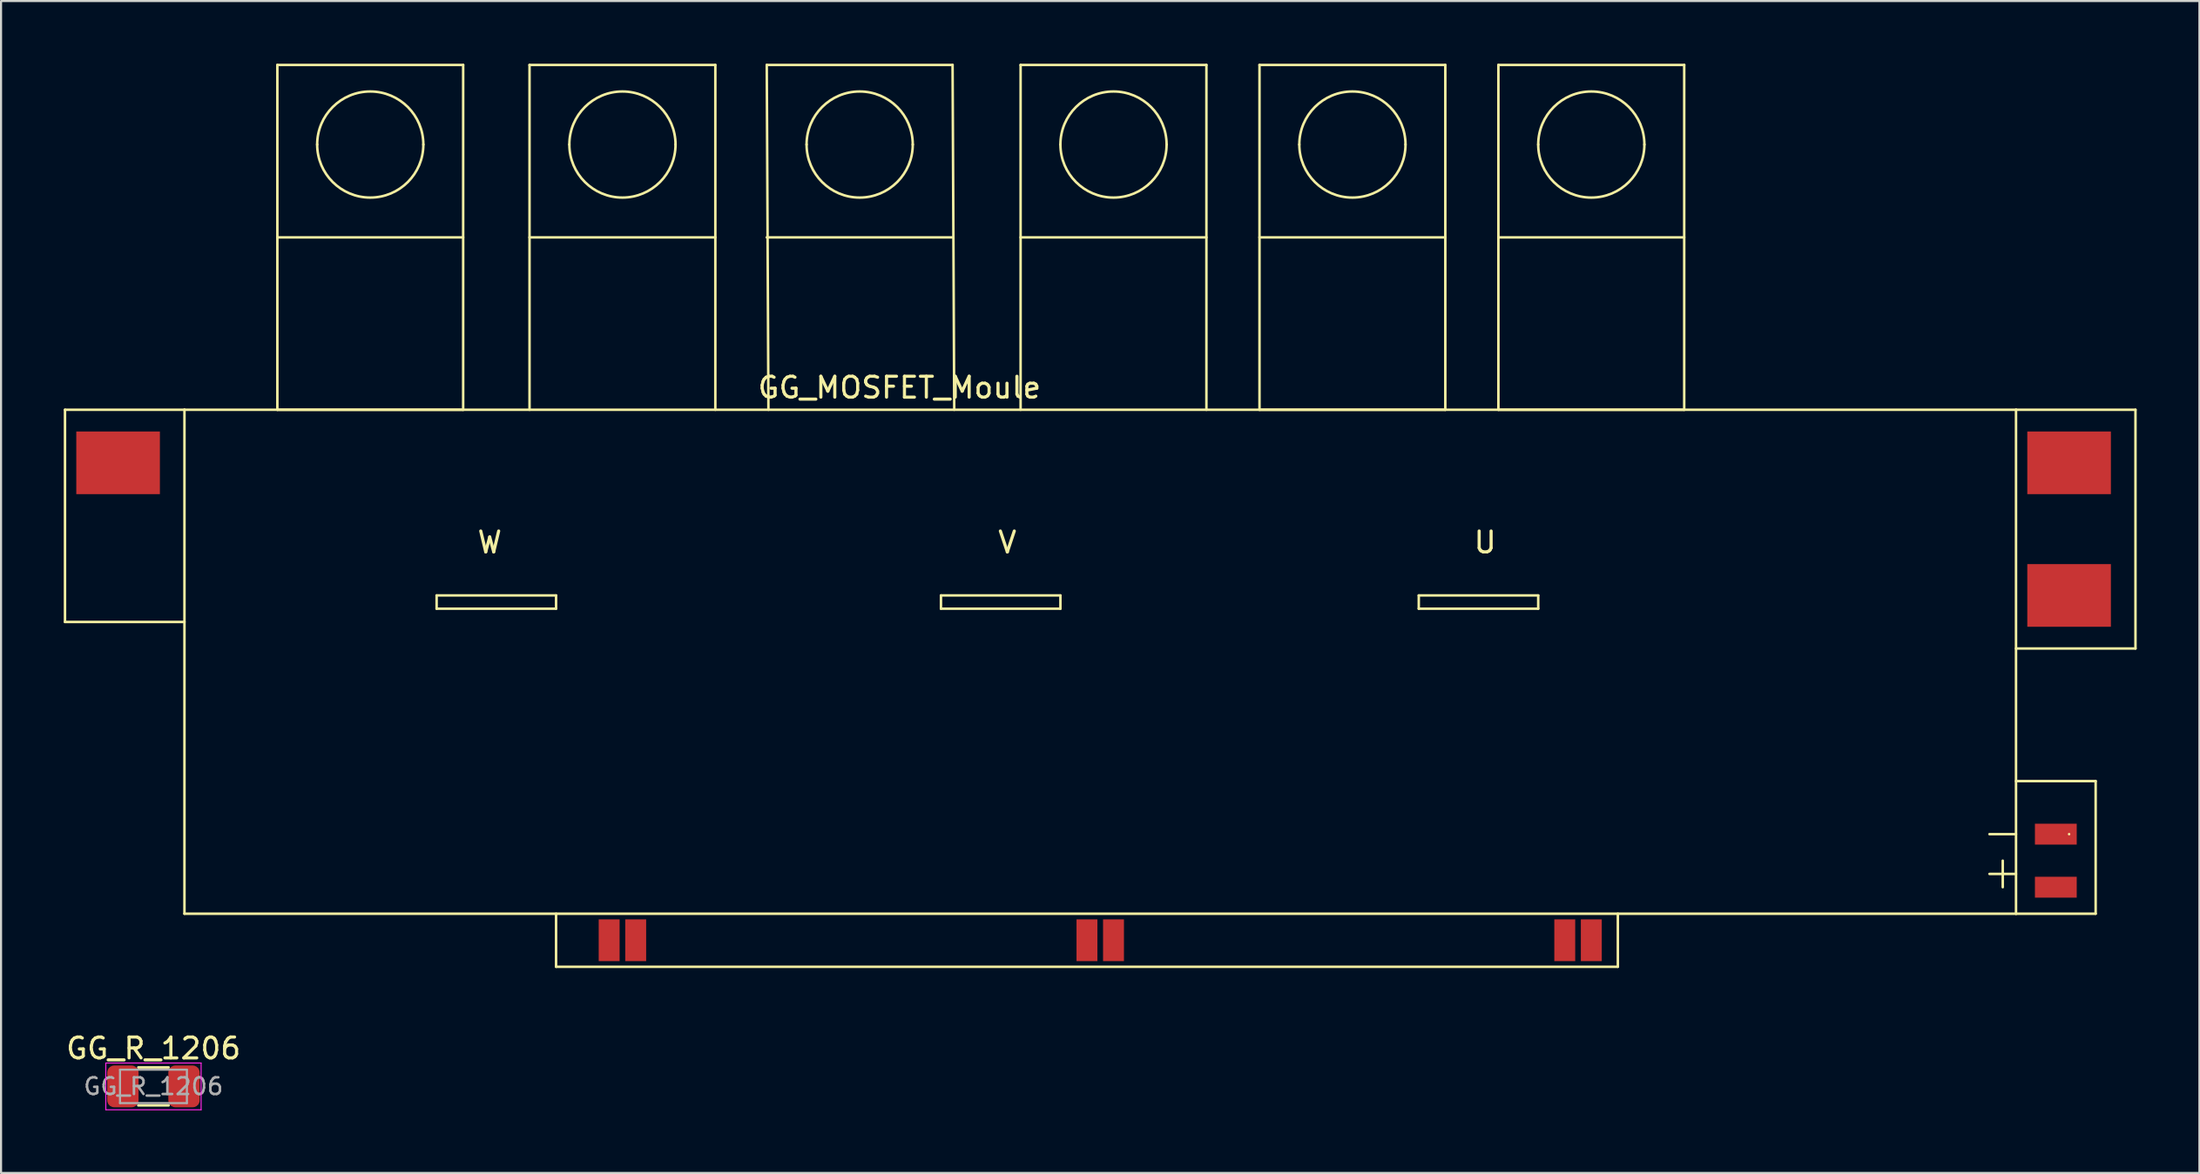
<source format=kicad_pcb>
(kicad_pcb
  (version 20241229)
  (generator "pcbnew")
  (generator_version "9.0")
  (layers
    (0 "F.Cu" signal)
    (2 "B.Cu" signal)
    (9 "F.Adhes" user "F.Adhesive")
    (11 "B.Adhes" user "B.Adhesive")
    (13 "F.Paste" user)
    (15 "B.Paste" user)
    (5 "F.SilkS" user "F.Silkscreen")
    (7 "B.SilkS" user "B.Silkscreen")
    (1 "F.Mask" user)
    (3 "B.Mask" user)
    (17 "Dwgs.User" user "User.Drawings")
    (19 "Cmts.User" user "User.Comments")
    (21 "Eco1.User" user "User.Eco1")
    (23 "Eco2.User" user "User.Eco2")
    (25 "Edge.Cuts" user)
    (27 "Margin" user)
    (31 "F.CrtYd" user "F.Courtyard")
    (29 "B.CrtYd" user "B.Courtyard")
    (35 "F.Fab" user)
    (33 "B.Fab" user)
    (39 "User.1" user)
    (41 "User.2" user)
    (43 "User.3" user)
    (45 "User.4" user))
  (footprint "GG_R_1206"
    (layer "F.Cu")
    (at 4.292 48.968)
    (property "Reference" "GG_R_1206" (at 0 -1.82 0) (layer "F.SilkS") (effects (font (size 1 1) (thickness 0.15))))
    (attr smd)
    (fp_line (start -0.727 -0.91) (end 0.727 -0.91) (stroke (width 0.12) (type solid)) (layer "F.SilkS"))
    (fp_line (start -0.727 0.91) (end 0.727 0.91) (stroke (width 0.12) (type solid)) (layer "F.SilkS"))
    (fp_line (start -2.28 -1.12) (end 2.28 -1.12) (stroke (width 0.05) (type solid)) (layer "F.CrtYd"))
    (fp_line (start -2.28 1.12) (end -2.28 -1.12) (stroke (width 0.05) (type solid)) (layer "F.CrtYd"))
    (fp_line (start 2.28 -1.12) (end 2.28 1.12) (stroke (width 0.05) (type solid)) (layer "F.CrtYd"))
    (fp_line (start 2.28 1.12) (end -2.28 1.12) (stroke (width 0.05) (type solid)) (layer "F.CrtYd"))
    (fp_line (start -1.6 -0.8) (end 1.6 -0.8) (stroke (width 0.1) (type solid)) (layer "F.Fab"))
    (fp_line (start -1.6 0.8) (end -1.6 -0.8) (stroke (width 0.1) (type solid)) (layer "F.Fab"))
    (fp_line (start 1.6 -0.8) (end 1.6 0.8) (stroke (width 0.1) (type solid)) (layer "F.Fab"))
    (fp_line (start 1.6 0.8) (end -1.6 0.8) (stroke (width 0.1) (type solid)) (layer "F.Fab"))
    (fp_text user "${REFERENCE}" (at 0 0 0) (layer "F.Fab") (effects (font (size 0.8 0.8) (thickness 0.12))))
    (pad "1" smd roundrect (at -1.462 0) (size 1.5 2) (layers "F.Cu" "F.Mask" "F.Paste") (roundrect_rratio 0.222))
    (pad "2" smd roundrect (at 1.462 0) (size 1.5 2) (layers "F.Cu" "F.Mask" "F.Paste") (roundrect_rratio 0.222)))
  (footprint "GG_MOSFET_Moule"
    (layer "F.Cu")
    (at 49.59 25.46)
    (property "Reference" "GG_MOSFET_Moule" (at -9.605 -9.95 0) (layer "F.SilkS") (effects (font (size 1 1) (thickness 0.15))))
    (attr through_hole)
    (fp_line (start -49.53 -8.89) (end -49.53 1.27) (stroke (width 0.12) (type solid)) (layer "F.SilkS"))
    (fp_line (start -49.53 1.27) (end -43.815 1.27) (stroke (width 0.12) (type solid)) (layer "F.SilkS"))
    (fp_line (start -43.815 -8.89) (end -49.53 -8.89) (stroke (width 0.12) (type solid)) (layer "F.SilkS"))
    (fp_line (start -43.815 -8.89) (end 43.815 -8.89) (stroke (width 0.12) (type solid)) (layer "F.SilkS"))
    (fp_line (start -43.815 15.24) (end -43.815 -8.89) (stroke (width 0.12) (type solid)) (layer "F.SilkS"))
    (fp_line (start -39.37 -25.4) (end -39.37 -8.89) (stroke (width 0.12) (type solid)) (layer "F.SilkS"))
    (fp_line (start -39.37 -17.145) (end -30.48 -17.145) (stroke (width 0.12) (type solid)) (layer "F.SilkS"))
    (fp_line (start -39.37 -8.89) (end -30.48 -8.89) (stroke (width 0.12) (type solid)) (layer "F.SilkS"))
    (fp_line (start -31.75 0) (end -26.035 0) (stroke (width 0.12) (type solid)) (layer "F.SilkS"))
    (fp_line (start -31.75 0.635) (end -31.75 0) (stroke (width 0.12) (type solid)) (layer "F.SilkS"))
    (fp_line (start -30.48 -25.4) (end -39.37 -25.4) (stroke (width 0.12) (type solid)) (layer "F.SilkS"))
    (fp_line (start -30.48 -8.89) (end -30.48 -25.4) (stroke (width 0.12) (type solid)) (layer "F.SilkS"))
    (fp_line (start -27.305 -25.4) (end -27.305 -8.89) (stroke (width 0.12) (type solid)) (layer "F.SilkS"))
    (fp_line (start -27.305 -17.145) (end -18.415 -17.145) (stroke (width 0.12) (type solid)) (layer "F.SilkS"))
    (fp_line (start -26.035 0) (end -26.035 0.635) (stroke (width 0.12) (type solid)) (layer "F.SilkS"))
    (fp_line (start -26.035 0.635) (end -31.75 0.635) (stroke (width 0.12) (type solid)) (layer "F.SilkS"))
    (fp_line (start -26.035 15.24) (end -26.035 17.78) (stroke (width 0.12) (type solid)) (layer "F.SilkS"))
    (fp_line (start -26.035 17.78) (end 24.765 17.78) (stroke (width 0.12) (type solid)) (layer "F.SilkS"))
    (fp_line (start -18.415 -25.4) (end -27.305 -25.4) (stroke (width 0.12) (type solid)) (layer "F.SilkS"))
    (fp_line (start -18.415 -25.4) (end -18.415 -8.89) (stroke (width 0.12) (type solid)) (layer "F.SilkS"))
    (fp_line (start -15.955 -25.4) (end -15.875 -8.89) (stroke (width 0.12) (type solid)) (layer "F.SilkS"))
    (fp_line (start -15.955 -17.145) (end -7.065 -17.145) (stroke (width 0.12) (type solid)) (layer "F.SilkS"))
    (fp_line (start -7.62 0) (end -1.905 0) (stroke (width 0.12) (type solid)) (layer "F.SilkS"))
    (fp_line (start -7.62 0.635) (end -7.62 0) (stroke (width 0.12) (type solid)) (layer "F.SilkS"))
    (fp_line (start -7.065 -25.4) (end -15.955 -25.4) (stroke (width 0.12) (type solid)) (layer "F.SilkS"))
    (fp_line (start -7.065 -25.4) (end -6.985 -8.89) (stroke (width 0.12) (type solid)) (layer "F.SilkS"))
    (fp_line (start -3.81 -25.4) (end -3.81 -8.89) (stroke (width 0.12) (type solid)) (layer "F.SilkS"))
    (fp_line (start -3.81 -17.145) (end 5.08 -17.145) (stroke (width 0.12) (type solid)) (layer "F.SilkS"))
    (fp_line (start -1.905 0) (end -1.905 0.635) (stroke (width 0.12) (type solid)) (layer "F.SilkS"))
    (fp_line (start -1.905 0.635) (end -7.62 0.635) (stroke (width 0.12) (type solid)) (layer "F.SilkS"))
    (fp_line (start 5.08 -25.4) (end -3.81 -25.4) (stroke (width 0.12) (type solid)) (layer "F.SilkS"))
    (fp_line (start 5.08 -8.89) (end 5.08 -25.4) (stroke (width 0.12) (type solid)) (layer "F.SilkS"))
    (fp_line (start 7.62 -25.4) (end 7.62 -8.89) (stroke (width 0.12) (type solid)) (layer "F.SilkS"))
    (fp_line (start 7.62 -17.145) (end 16.51 -17.145) (stroke (width 0.12) (type solid)) (layer "F.SilkS"))
    (fp_line (start 7.62 -8.89) (end 16.51 -8.89) (stroke (width 0.12) (type solid)) (layer "F.SilkS"))
    (fp_line (start 15.24 0) (end 20.955 0) (stroke (width 0.12) (type solid)) (layer "F.SilkS"))
    (fp_line (start 15.24 0.635) (end 15.24 0) (stroke (width 0.12) (type solid)) (layer "F.SilkS"))
    (fp_line (start 16.51 -25.4) (end 7.62 -25.4) (stroke (width 0.12) (type solid)) (layer "F.SilkS"))
    (fp_line (start 16.51 -8.89) (end 16.51 -25.4) (stroke (width 0.12) (type solid)) (layer "F.SilkS"))
    (fp_line (start 19.05 -25.4) (end 19.05 -8.89) (stroke (width 0.12) (type solid)) (layer "F.SilkS"))
    (fp_line (start 19.05 -17.145) (end 27.94 -17.145) (stroke (width 0.12) (type solid)) (layer "F.SilkS"))
    (fp_line (start 19.05 -8.89) (end 27.94 -8.89) (stroke (width 0.12) (type solid)) (layer "F.SilkS"))
    (fp_line (start 20.955 0) (end 20.955 0.635) (stroke (width 0.12) (type solid)) (layer "F.SilkS"))
    (fp_line (start 20.955 0.635) (end 15.24 0.635) (stroke (width 0.12) (type solid)) (layer "F.SilkS"))
    (fp_line (start 24.765 17.78) (end 24.765 15.24) (stroke (width 0.12) (type solid)) (layer "F.SilkS"))
    (fp_line (start 27.94 -25.4) (end 19.05 -25.4) (stroke (width 0.12) (type solid)) (layer "F.SilkS"))
    (fp_line (start 27.94 -8.89) (end 27.94 -25.4) (stroke (width 0.12) (type solid)) (layer "F.SilkS"))
    (fp_line (start 42.545 11.43) (end 43.815 11.43) (stroke (width 0.12) (type solid)) (layer "F.SilkS"))
    (fp_line (start 42.545 13.335) (end 43.815 13.335) (stroke (width 0.12) (type solid)) (layer "F.SilkS"))
    (fp_line (start 43.18 12.7) (end 43.18 13.97) (stroke (width 0.12) (type solid)) (layer "F.SilkS"))
    (fp_line (start 43.815 -8.89) (end 43.815 15.24) (stroke (width 0.12) (type solid)) (layer "F.SilkS"))
    (fp_line (start 43.815 -8.89) (end 49.53 -8.89) (stroke (width 0.12) (type solid)) (layer "F.SilkS"))
    (fp_line (start 43.815 8.89) (end 47.625 8.89) (stroke (width 0.12) (type solid)) (layer "F.SilkS"))
    (fp_line (start 43.815 15.24) (end -43.815 15.24) (stroke (width 0.12) (type solid)) (layer "F.SilkS"))
    (fp_line (start 46.355 11.43) (end 46.355 11.43) (stroke (width 0.12) (type solid)) (layer "F.SilkS"))
    (fp_line (start 47.625 8.89) (end 47.625 15.24) (stroke (width 0.12) (type solid)) (layer "F.SilkS"))
    (fp_line (start 47.625 15.24) (end 43.815 15.24) (stroke (width 0.12) (type solid)) (layer "F.SilkS"))
    (fp_line (start 49.53 -8.89) (end 49.53 2.54) (stroke (width 0.12) (type solid)) (layer "F.SilkS"))
    (fp_line (start 49.53 2.54) (end 43.815 2.54) (stroke (width 0.12) (type solid)) (layer "F.SilkS"))
    (fp_arc (start -37.465 -21.59) (mid -34.925 -24.13) (end -32.385 -21.59) (stroke (width 0.12) (type solid)) (layer "F.SilkS"))
    (fp_arc (start -32.385 -21.59) (mid -34.925 -19.05) (end -37.465 -21.59) (stroke (width 0.12) (type solid)) (layer "F.SilkS"))
    (fp_arc (start -25.4 -21.59) (mid -22.86 -24.13) (end -20.32 -21.59) (stroke (width 0.12) (type solid)) (layer "F.SilkS"))
    (fp_arc (start -20.32 -21.59) (mid -22.86 -19.05) (end -25.4 -21.59) (stroke (width 0.12) (type solid)) (layer "F.SilkS"))
    (fp_arc (start -14.05 -21.59) (mid -11.51 -24.13) (end -8.97 -21.59) (stroke (width 0.12) (type solid)) (layer "F.SilkS"))
    (fp_arc (start -8.97 -21.59) (mid -11.51 -19.05) (end -14.05 -21.59) (stroke (width 0.12) (type solid)) (layer "F.SilkS"))
    (fp_arc (start -1.905 -21.59) (mid 0.635 -24.13) (end 3.175 -21.59) (stroke (width 0.12) (type solid)) (layer "F.SilkS"))
    (fp_arc (start 3.175 -21.59) (mid 0.635 -19.05) (end -1.905 -21.59) (stroke (width 0.12) (type solid)) (layer "F.SilkS"))
    (fp_arc (start 9.525 -21.59) (mid 12.065 -24.13) (end 14.605 -21.59) (stroke (width 0.12) (type solid)) (layer "F.SilkS"))
    (fp_arc (start 14.605 -21.59) (mid 12.065 -19.05) (end 9.525 -21.59) (stroke (width 0.12) (type solid)) (layer "F.SilkS"))
    (fp_arc (start 20.955 -21.59) (mid 23.495 -24.13) (end 26.035 -21.59) (stroke (width 0.12) (type solid)) (layer "F.SilkS"))
    (fp_arc (start 26.035 -21.59) (mid 23.495 -19.05) (end 20.955 -21.59) (stroke (width 0.12) (type solid)) (layer "F.SilkS"))
    (fp_text user "W" (at -29.21 -2.54 0) (unlocked yes) (layer "F.SilkS") (effects (font (size 1 1) (thickness 0.15))))
    (fp_text user "U" (at 18.415 -2.54 0) (unlocked yes) (layer "F.SilkS") (effects (font (size 1 1) (thickness 0.15))))
    (fp_text user "V" (at -4.445 -2.54 0) (unlocked yes) (layer "F.SilkS") (effects (font (size 1 1) (thickness 0.15))))
    (pad "1" smd rect (at 46.355 -6.35 90) (size 3 4) (layers "F.Cu" "F.Mask" "F.Paste"))
    (pad "2" smd rect (at 46.355 0 90) (size 3 4) (layers "F.Cu" "F.Mask" "F.Paste"))
    (pad "3" smd rect (at -23.495 16.51) (size 1 2) (layers "F.Cu" "B.Paste"))
    (pad "4" smd rect (at -22.225 16.51) (size 1 2) (layers "F.Cu" "B.Paste"))
    (pad "5" smd rect (at -0.635 16.51) (size 1 2) (layers "F.Cu" "B.Paste"))
    (pad "6" smd rect (at 0.635 16.51) (size 1 2) (layers "F.Cu" "B.Paste"))
    (pad "7" smd rect (at 22.225 16.51) (size 1 2) (layers "F.Cu" "B.Paste"))
    (pad "8" smd rect (at 23.495 16.51) (size 1 2) (layers "F.Cu" "B.Paste"))
    (pad "9" smd rect (at 45.72 11.43 90) (size 1 2) (layers "F.Cu" "B.Paste"))
    (pad "10" smd rect (at 45.72 13.97 90) (size 1 2) (layers "F.Cu" "B.Paste"))
    (pad "11" smd rect (at -46.99 -6.35 90) (size 3 4) (layers "F.Cu" "F.Mask" "F.Paste")))
  (gr_rect
    (start -3 -3)
    (end 102.18 53.113)
    (stroke (width 0.1) (type default))
    (fill no)
    (layer "Edge.Cuts")))
</source>
